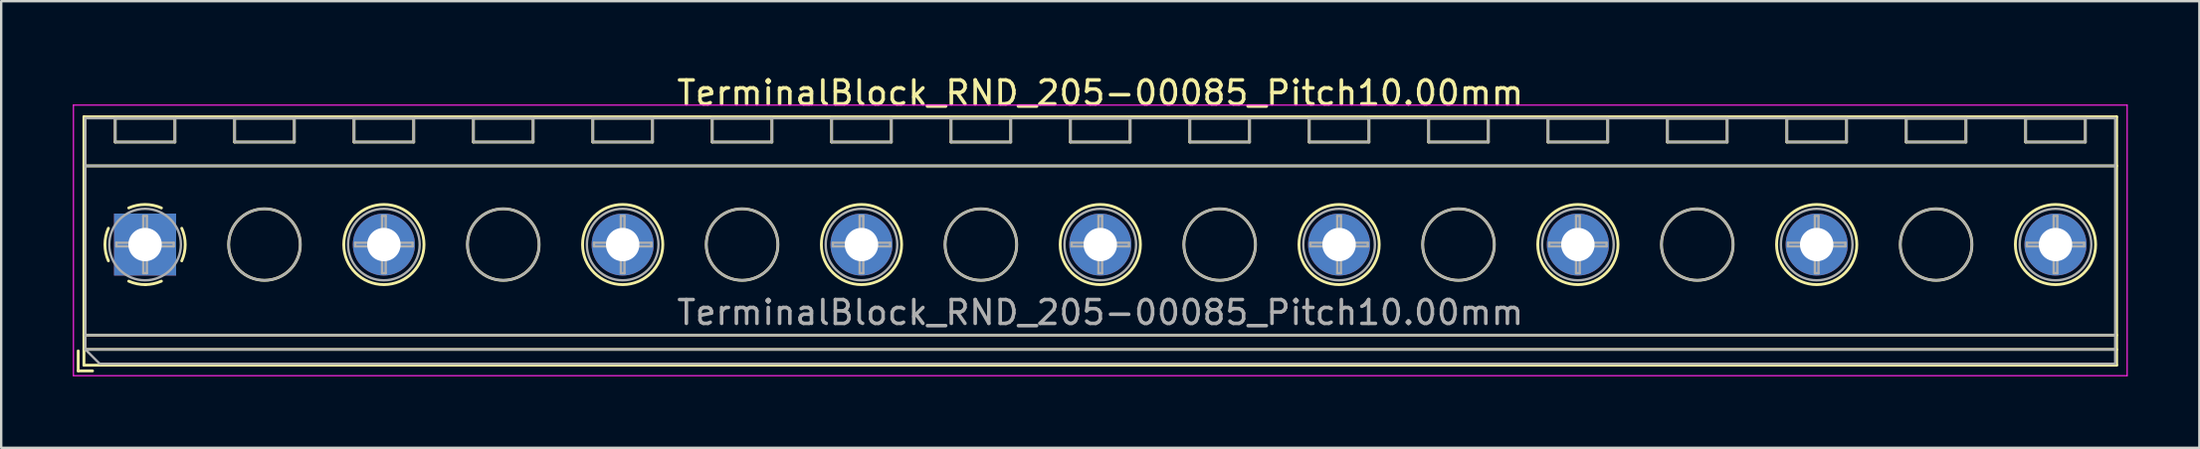
<source format=kicad_pcb>
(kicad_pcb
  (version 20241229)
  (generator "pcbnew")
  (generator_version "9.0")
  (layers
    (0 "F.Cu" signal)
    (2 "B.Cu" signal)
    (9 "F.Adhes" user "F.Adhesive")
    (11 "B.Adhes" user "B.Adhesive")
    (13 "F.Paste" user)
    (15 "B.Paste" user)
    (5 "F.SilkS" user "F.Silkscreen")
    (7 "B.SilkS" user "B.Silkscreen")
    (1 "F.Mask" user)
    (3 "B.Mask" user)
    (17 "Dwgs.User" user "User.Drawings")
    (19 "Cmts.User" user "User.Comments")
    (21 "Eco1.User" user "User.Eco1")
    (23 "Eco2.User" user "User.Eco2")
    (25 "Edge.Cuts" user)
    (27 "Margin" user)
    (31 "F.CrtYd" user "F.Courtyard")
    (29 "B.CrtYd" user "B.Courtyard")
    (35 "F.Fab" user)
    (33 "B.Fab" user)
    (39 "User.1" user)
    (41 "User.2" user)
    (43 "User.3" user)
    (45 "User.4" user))
  (footprint "TerminalBlock_RND_205-00085_Pitch10.00mm"
    (layer "F.Cu")
    (at 3.025 7.208)
    (property "Reference" "TerminalBlock_RND_205-00085_Pitch10.00mm" (at 40 -6.36 0) (layer "F.SilkS") (effects (font (size 1 1) (thickness 0.15))))
    (attr through_hole)
    (fp_line (start -2.8 4.46) (end -2.8 5.3) (stroke (width 0.12) (type solid)) (layer "F.SilkS"))
    (fp_line (start -2.8 5.3) (end -2.2 5.3) (stroke (width 0.12) (type solid)) (layer "F.SilkS"))
    (fp_line (start -2.56 -5.36) (end -2.56 5.06) (stroke (width 0.12) (type solid)) (layer "F.SilkS"))
    (fp_line (start -2.56 -3.3) (end 82.56 -3.3) (stroke (width 0.12) (type solid)) (layer "F.SilkS"))
    (fp_line (start -2.56 3.8) (end 82.56 3.8) (stroke (width 0.12) (type solid)) (layer "F.SilkS"))
    (fp_line (start -2.56 4.4) (end 82.56 4.4) (stroke (width 0.12) (type solid)) (layer "F.SilkS"))
    (fp_line (start -2.56 5.06) (end 82.56 5.06) (stroke (width 0.12) (type solid)) (layer "F.SilkS"))
    (fp_line (start -1.25 -5.301) (end -1.25 -4.301) (stroke (width 0.12) (type solid)) (layer "F.SilkS"))
    (fp_line (start -1.25 -5.301) (end 1.25 -5.301) (stroke (width 0.12) (type solid)) (layer "F.SilkS"))
    (fp_line (start -1.25 -4.301) (end 1.25 -4.301) (stroke (width 0.12) (type solid)) (layer "F.SilkS"))
    (fp_line (start 1.25 -5.301) (end 1.25 -4.301) (stroke (width 0.12) (type solid)) (layer "F.SilkS"))
    (fp_line (start 3.75 -5.301) (end 3.75 -4.301) (stroke (width 0.12) (type solid)) (layer "F.SilkS"))
    (fp_line (start 3.75 -5.301) (end 6.25 -5.301) (stroke (width 0.12) (type solid)) (layer "F.SilkS"))
    (fp_line (start 3.75 -4.301) (end 6.25 -4.301) (stroke (width 0.12) (type solid)) (layer "F.SilkS"))
    (fp_line (start 6.25 -5.301) (end 6.25 -4.301) (stroke (width 0.12) (type solid)) (layer "F.SilkS"))
    (fp_line (start 8.75 -5.301) (end 8.75 -4.301) (stroke (width 0.12) (type solid)) (layer "F.SilkS"))
    (fp_line (start 8.75 -5.301) (end 11.25 -5.301) (stroke (width 0.12) (type solid)) (layer "F.SilkS"))
    (fp_line (start 8.75 -4.301) (end 11.25 -4.301) (stroke (width 0.12) (type solid)) (layer "F.SilkS"))
    (fp_line (start 11.25 -5.301) (end 11.25 -4.301) (stroke (width 0.12) (type solid)) (layer "F.SilkS"))
    (fp_line (start 13.75 -5.301) (end 13.75 -4.301) (stroke (width 0.12) (type solid)) (layer "F.SilkS"))
    (fp_line (start 13.75 -5.301) (end 16.25 -5.301) (stroke (width 0.12) (type solid)) (layer "F.SilkS"))
    (fp_line (start 13.75 -4.301) (end 16.25 -4.301) (stroke (width 0.12) (type solid)) (layer "F.SilkS"))
    (fp_line (start 16.25 -5.301) (end 16.25 -4.301) (stroke (width 0.12) (type solid)) (layer "F.SilkS"))
    (fp_line (start 18.75 -5.301) (end 18.75 -4.301) (stroke (width 0.12) (type solid)) (layer "F.SilkS"))
    (fp_line (start 18.75 -5.301) (end 21.25 -5.301) (stroke (width 0.12) (type solid)) (layer "F.SilkS"))
    (fp_line (start 18.75 -4.301) (end 21.25 -4.301) (stroke (width 0.12) (type solid)) (layer "F.SilkS"))
    (fp_line (start 21.25 -5.301) (end 21.25 -4.301) (stroke (width 0.12) (type solid)) (layer "F.SilkS"))
    (fp_line (start 23.75 -5.301) (end 23.75 -4.301) (stroke (width 0.12) (type solid)) (layer "F.SilkS"))
    (fp_line (start 23.75 -5.301) (end 26.25 -5.301) (stroke (width 0.12) (type solid)) (layer "F.SilkS"))
    (fp_line (start 23.75 -4.301) (end 26.25 -4.301) (stroke (width 0.12) (type solid)) (layer "F.SilkS"))
    (fp_line (start 26.25 -5.301) (end 26.25 -4.301) (stroke (width 0.12) (type solid)) (layer "F.SilkS"))
    (fp_line (start 28.75 -5.301) (end 28.75 -4.301) (stroke (width 0.12) (type solid)) (layer "F.SilkS"))
    (fp_line (start 28.75 -5.301) (end 31.25 -5.301) (stroke (width 0.12) (type solid)) (layer "F.SilkS"))
    (fp_line (start 28.75 -4.301) (end 31.25 -4.301) (stroke (width 0.12) (type solid)) (layer "F.SilkS"))
    (fp_line (start 31.25 -5.301) (end 31.25 -4.301) (stroke (width 0.12) (type solid)) (layer "F.SilkS"))
    (fp_line (start 33.75 -5.301) (end 33.75 -4.301) (stroke (width 0.12) (type solid)) (layer "F.SilkS"))
    (fp_line (start 33.75 -5.301) (end 36.25 -5.301) (stroke (width 0.12) (type solid)) (layer "F.SilkS"))
    (fp_line (start 33.75 -4.301) (end 36.25 -4.301) (stroke (width 0.12) (type solid)) (layer "F.SilkS"))
    (fp_line (start 36.25 -5.301) (end 36.25 -4.301) (stroke (width 0.12) (type solid)) (layer "F.SilkS"))
    (fp_line (start 38.75 -5.301) (end 38.75 -4.301) (stroke (width 0.12) (type solid)) (layer "F.SilkS"))
    (fp_line (start 38.75 -5.301) (end 41.25 -5.301) (stroke (width 0.12) (type solid)) (layer "F.SilkS"))
    (fp_line (start 38.75 -4.301) (end 41.25 -4.301) (stroke (width 0.12) (type solid)) (layer "F.SilkS"))
    (fp_line (start 41.25 -5.301) (end 41.25 -4.301) (stroke (width 0.12) (type solid)) (layer "F.SilkS"))
    (fp_line (start 43.75 -5.301) (end 43.75 -4.301) (stroke (width 0.12) (type solid)) (layer "F.SilkS"))
    (fp_line (start 43.75 -5.301) (end 46.25 -5.301) (stroke (width 0.12) (type solid)) (layer "F.SilkS"))
    (fp_line (start 43.75 -4.301) (end 46.25 -4.301) (stroke (width 0.12) (type solid)) (layer "F.SilkS"))
    (fp_line (start 46.25 -5.301) (end 46.25 -4.301) (stroke (width 0.12) (type solid)) (layer "F.SilkS"))
    (fp_line (start 48.75 -5.301) (end 48.75 -4.301) (stroke (width 0.12) (type solid)) (layer "F.SilkS"))
    (fp_line (start 48.75 -5.301) (end 51.25 -5.301) (stroke (width 0.12) (type solid)) (layer "F.SilkS"))
    (fp_line (start 48.75 -4.301) (end 51.25 -4.301) (stroke (width 0.12) (type solid)) (layer "F.SilkS"))
    (fp_line (start 51.25 -5.301) (end 51.25 -4.301) (stroke (width 0.12) (type solid)) (layer "F.SilkS"))
    (fp_line (start 53.75 -5.301) (end 53.75 -4.301) (stroke (width 0.12) (type solid)) (layer "F.SilkS"))
    (fp_line (start 53.75 -5.301) (end 56.25 -5.301) (stroke (width 0.12) (type solid)) (layer "F.SilkS"))
    (fp_line (start 53.75 -4.301) (end 56.25 -4.301) (stroke (width 0.12) (type solid)) (layer "F.SilkS"))
    (fp_line (start 56.25 -5.301) (end 56.25 -4.301) (stroke (width 0.12) (type solid)) (layer "F.SilkS"))
    (fp_line (start 58.75 -5.301) (end 58.75 -4.301) (stroke (width 0.12) (type solid)) (layer "F.SilkS"))
    (fp_line (start 58.75 -5.301) (end 61.25 -5.301) (stroke (width 0.12) (type solid)) (layer "F.SilkS"))
    (fp_line (start 58.75 -4.301) (end 61.25 -4.301) (stroke (width 0.12) (type solid)) (layer "F.SilkS"))
    (fp_line (start 61.25 -5.301) (end 61.25 -4.301) (stroke (width 0.12) (type solid)) (layer "F.SilkS"))
    (fp_line (start 63.75 -5.301) (end 63.75 -4.301) (stroke (width 0.12) (type solid)) (layer "F.SilkS"))
    (fp_line (start 63.75 -5.301) (end 66.25 -5.301) (stroke (width 0.12) (type solid)) (layer "F.SilkS"))
    (fp_line (start 63.75 -4.301) (end 66.25 -4.301) (stroke (width 0.12) (type solid)) (layer "F.SilkS"))
    (fp_line (start 66.25 -5.301) (end 66.25 -4.301) (stroke (width 0.12) (type solid)) (layer "F.SilkS"))
    (fp_line (start 68.75 -5.301) (end 68.75 -4.301) (stroke (width 0.12) (type solid)) (layer "F.SilkS"))
    (fp_line (start 68.75 -5.301) (end 71.25 -5.301) (stroke (width 0.12) (type solid)) (layer "F.SilkS"))
    (fp_line (start 68.75 -4.301) (end 71.25 -4.301) (stroke (width 0.12) (type solid)) (layer "F.SilkS"))
    (fp_line (start 71.25 -5.301) (end 71.25 -4.301) (stroke (width 0.12) (type solid)) (layer "F.SilkS"))
    (fp_line (start 73.75 -5.301) (end 73.75 -4.301) (stroke (width 0.12) (type solid)) (layer "F.SilkS"))
    (fp_line (start 73.75 -5.301) (end 76.25 -5.301) (stroke (width 0.12) (type solid)) (layer "F.SilkS"))
    (fp_line (start 73.75 -4.301) (end 76.25 -4.301) (stroke (width 0.12) (type solid)) (layer "F.SilkS"))
    (fp_line (start 76.25 -5.301) (end 76.25 -4.301) (stroke (width 0.12) (type solid)) (layer "F.SilkS"))
    (fp_line (start 78.75 -5.301) (end 78.75 -4.301) (stroke (width 0.12) (type solid)) (layer "F.SilkS"))
    (fp_line (start 78.75 -5.301) (end 81.25 -5.301) (stroke (width 0.12) (type solid)) (layer "F.SilkS"))
    (fp_line (start 78.75 -4.301) (end 81.25 -4.301) (stroke (width 0.12) (type solid)) (layer "F.SilkS"))
    (fp_line (start 81.25 -5.301) (end 81.25 -4.301) (stroke (width 0.12) (type solid)) (layer "F.SilkS"))
    (fp_line (start 82.56 -5.36) (end -2.56 -5.36) (stroke (width 0.12) (type solid)) (layer "F.SilkS"))
    (fp_line (start 82.56 5.06) (end 82.56 -5.36) (stroke (width 0.12) (type solid)) (layer "F.SilkS"))
    (fp_arc (start -1.535427 0.683042) (mid -1.680501 -0.000524) (end -1.535 -0.684) (stroke (width 0.12) (type solid)) (layer "F.SilkS"))
    (fp_arc (start -0.683042 -1.535427) (mid 0.000524 -1.680501) (end 0.684 -1.535) (stroke (width 0.12) (type solid)) (layer "F.SilkS"))
    (fp_arc (start 0.028805 1.680253) (mid -0.335551 1.646659) (end -0.684 1.535) (stroke (width 0.12) (type solid)) (layer "F.SilkS"))
    (fp_arc (start 0.683318 1.534756) (mid 0.349292 1.643288) (end 0 1.68) (stroke (width 0.12) (type solid)) (layer "F.SilkS"))
    (fp_arc (start 1.535427 -0.683042) (mid 1.680501 0.000524) (end 1.535 0.684) (stroke (width 0.12) (type solid)) (layer "F.SilkS"))
    (fp_circle (center 5 0) (end 6.5 0) (stroke (width 0.12) (type solid)) (fill no) (layer "F.SilkS"))
    (fp_circle (center 10 0) (end 11.68 0) (stroke (width 0.12) (type solid)) (fill no) (layer "F.SilkS"))
    (fp_circle (center 15 0) (end 16.5 0) (stroke (width 0.12) (type solid)) (fill no) (layer "F.SilkS"))
    (fp_circle (center 20 0) (end 21.68 0) (stroke (width 0.12) (type solid)) (fill no) (layer "F.SilkS"))
    (fp_circle (center 25 0) (end 26.5 0) (stroke (width 0.12) (type solid)) (fill no) (layer "F.SilkS"))
    (fp_circle (center 30 0) (end 31.68 0) (stroke (width 0.12) (type solid)) (fill no) (layer "F.SilkS"))
    (fp_circle (center 35 0) (end 36.5 0) (stroke (width 0.12) (type solid)) (fill no) (layer "F.SilkS"))
    (fp_circle (center 40 0) (end 41.68 0) (stroke (width 0.12) (type solid)) (fill no) (layer "F.SilkS"))
    (fp_circle (center 45 0) (end 46.5 0) (stroke (width 0.12) (type solid)) (fill no) (layer "F.SilkS"))
    (fp_circle (center 50 0) (end 51.68 0) (stroke (width 0.12) (type solid)) (fill no) (layer "F.SilkS"))
    (fp_circle (center 55 0) (end 56.5 0) (stroke (width 0.12) (type solid)) (fill no) (layer "F.SilkS"))
    (fp_circle (center 60 0) (end 61.68 0) (stroke (width 0.12) (type solid)) (fill no) (layer "F.SilkS"))
    (fp_circle (center 65 0) (end 66.5 0) (stroke (width 0.12) (type solid)) (fill no) (layer "F.SilkS"))
    (fp_circle (center 70 0) (end 71.68 0) (stroke (width 0.12) (type solid)) (fill no) (layer "F.SilkS"))
    (fp_circle (center 75 0) (end 76.5 0) (stroke (width 0.12) (type solid)) (fill no) (layer "F.SilkS"))
    (fp_circle (center 80 0) (end 81.68 0) (stroke (width 0.12) (type solid)) (fill no) (layer "F.SilkS"))
    (fp_line (start -3 -5.85) (end -3 5.5) (stroke (width 0.05) (type solid)) (layer "F.CrtYd"))
    (fp_line (start -3 5.5) (end 83 5.5) (stroke (width 0.05) (type solid)) (layer "F.CrtYd"))
    (fp_line (start 83 -5.85) (end -3 -5.85) (stroke (width 0.05) (type solid)) (layer "F.CrtYd"))
    (fp_line (start 83 5.5) (end 83 -5.85) (stroke (width 0.05) (type solid)) (layer "F.CrtYd"))
    (fp_line (start -2.5 -5.3) (end 82.5 -5.3) (stroke (width 0.1) (type solid)) (layer "F.Fab"))
    (fp_line (start -2.5 -3.3) (end 82.5 -3.3) (stroke (width 0.1) (type solid)) (layer "F.Fab"))
    (fp_line (start -2.5 3.8) (end 82.5 3.8) (stroke (width 0.1) (type solid)) (layer "F.Fab"))
    (fp_line (start -2.5 4.4) (end -2.5 -5.3) (stroke (width 0.1) (type solid)) (layer "F.Fab"))
    (fp_line (start -2.5 4.4) (end 82.5 4.4) (stroke (width 0.1) (type solid)) (layer "F.Fab"))
    (fp_line (start -1.9 5) (end -2.5 4.4) (stroke (width 0.1) (type solid)) (layer "F.Fab"))
    (fp_line (start -1.25 -5.3) (end -1.25 -4.3) (stroke (width 0.1) (type solid)) (layer "F.Fab"))
    (fp_line (start -1.25 -4.3) (end 1.25 -4.3) (stroke (width 0.1) (type solid)) (layer "F.Fab"))
    (fp_line (start -1.201 -0.076) (end -0.076 -0.076) (stroke (width 0.1) (type solid)) (layer "F.Fab"))
    (fp_line (start -1.201 0.076) (end -1.201 -0.076) (stroke (width 0.1) (type solid)) (layer "F.Fab"))
    (fp_line (start -0.076 -1.201) (end 0.076 -1.201) (stroke (width 0.1) (type solid)) (layer "F.Fab"))
    (fp_line (start -0.076 -0.076) (end -0.076 -1.201) (stroke (width 0.1) (type solid)) (layer "F.Fab"))
    (fp_line (start -0.076 0.076) (end -1.201 0.076) (stroke (width 0.1) (type solid)) (layer "F.Fab"))
    (fp_line (start -0.076 1.201) (end -0.076 0.076) (stroke (width 0.1) (type solid)) (layer "F.Fab"))
    (fp_line (start 0.076 -1.201) (end 0.076 -0.076) (stroke (width 0.1) (type solid)) (layer "F.Fab"))
    (fp_line (start 0.076 -0.076) (end 1.201 -0.076) (stroke (width 0.1) (type solid)) (layer "F.Fab"))
    (fp_line (start 0.076 0.076) (end 0.076 1.201) (stroke (width 0.1) (type solid)) (layer "F.Fab"))
    (fp_line (start 0.076 1.201) (end -0.076 1.201) (stroke (width 0.1) (type solid)) (layer "F.Fab"))
    (fp_line (start 1.201 -0.076) (end 1.201 0.076) (stroke (width 0.1) (type solid)) (layer "F.Fab"))
    (fp_line (start 1.201 0.076) (end 0.076 0.076) (stroke (width 0.1) (type solid)) (layer "F.Fab"))
    (fp_line (start 1.25 -5.3) (end -1.25 -5.3) (stroke (width 0.1) (type solid)) (layer "F.Fab"))
    (fp_line (start 1.25 -4.3) (end 1.25 -5.3) (stroke (width 0.1) (type solid)) (layer "F.Fab"))
    (fp_line (start 3.75 -5.3) (end 3.75 -4.3) (stroke (width 0.1) (type solid)) (layer "F.Fab"))
    (fp_line (start 3.75 -4.3) (end 6.25 -4.3) (stroke (width 0.1) (type solid)) (layer "F.Fab"))
    (fp_line (start 6.25 -5.3) (end 3.75 -5.3) (stroke (width 0.1) (type solid)) (layer "F.Fab"))
    (fp_line (start 6.25 -4.3) (end 6.25 -5.3) (stroke (width 0.1) (type solid)) (layer "F.Fab"))
    (fp_line (start 8.75 -5.3) (end 8.75 -4.3) (stroke (width 0.1) (type solid)) (layer "F.Fab"))
    (fp_line (start 8.75 -4.3) (end 11.25 -4.3) (stroke (width 0.1) (type solid)) (layer "F.Fab"))
    (fp_line (start 8.799 -0.076) (end 9.924 -0.076) (stroke (width 0.1) (type solid)) (layer "F.Fab"))
    (fp_line (start 8.799 0.076) (end 8.799 -0.076) (stroke (width 0.1) (type solid)) (layer "F.Fab"))
    (fp_line (start 9.924 -1.201) (end 10.076 -1.201) (stroke (width 0.1) (type solid)) (layer "F.Fab"))
    (fp_line (start 9.924 -0.076) (end 9.924 -1.201) (stroke (width 0.1) (type solid)) (layer "F.Fab"))
    (fp_line (start 9.924 0.076) (end 8.799 0.076) (stroke (width 0.1) (type solid)) (layer "F.Fab"))
    (fp_line (start 9.924 1.201) (end 9.924 0.076) (stroke (width 0.1) (type solid)) (layer "F.Fab"))
    (fp_line (start 10.076 -1.201) (end 10.076 -0.076) (stroke (width 0.1) (type solid)) (layer "F.Fab"))
    (fp_line (start 10.076 -0.076) (end 11.201 -0.076) (stroke (width 0.1) (type solid)) (layer "F.Fab"))
    (fp_line (start 10.076 0.076) (end 10.076 1.201) (stroke (width 0.1) (type solid)) (layer "F.Fab"))
    (fp_line (start 10.076 1.201) (end 9.924 1.201) (stroke (width 0.1) (type solid)) (layer "F.Fab"))
    (fp_line (start 11.201 -0.076) (end 11.201 0.076) (stroke (width 0.1) (type solid)) (layer "F.Fab"))
    (fp_line (start 11.201 0.076) (end 10.076 0.076) (stroke (width 0.1) (type solid)) (layer "F.Fab"))
    (fp_line (start 11.25 -5.3) (end 8.75 -5.3) (stroke (width 0.1) (type solid)) (layer "F.Fab"))
    (fp_line (start 11.25 -4.3) (end 11.25 -5.3) (stroke (width 0.1) (type solid)) (layer "F.Fab"))
    (fp_line (start 13.75 -5.3) (end 13.75 -4.3) (stroke (width 0.1) (type solid)) (layer "F.Fab"))
    (fp_line (start 13.75 -4.3) (end 16.25 -4.3) (stroke (width 0.1) (type solid)) (layer "F.Fab"))
    (fp_line (start 16.25 -5.3) (end 13.75 -5.3) (stroke (width 0.1) (type solid)) (layer "F.Fab"))
    (fp_line (start 16.25 -4.3) (end 16.25 -5.3) (stroke (width 0.1) (type solid)) (layer "F.Fab"))
    (fp_line (start 18.75 -5.3) (end 18.75 -4.3) (stroke (width 0.1) (type solid)) (layer "F.Fab"))
    (fp_line (start 18.75 -4.3) (end 21.25 -4.3) (stroke (width 0.1) (type solid)) (layer "F.Fab"))
    (fp_line (start 18.799 -0.076) (end 19.924 -0.076) (stroke (width 0.1) (type solid)) (layer "F.Fab"))
    (fp_line (start 18.799 0.076) (end 18.799 -0.076) (stroke (width 0.1) (type solid)) (layer "F.Fab"))
    (fp_line (start 19.924 -1.201) (end 20.076 -1.201) (stroke (width 0.1) (type solid)) (layer "F.Fab"))
    (fp_line (start 19.924 -0.076) (end 19.924 -1.201) (stroke (width 0.1) (type solid)) (layer "F.Fab"))
    (fp_line (start 19.924 0.076) (end 18.799 0.076) (stroke (width 0.1) (type solid)) (layer "F.Fab"))
    (fp_line (start 19.924 1.201) (end 19.924 0.076) (stroke (width 0.1) (type solid)) (layer "F.Fab"))
    (fp_line (start 20.076 -1.201) (end 20.076 -0.076) (stroke (width 0.1) (type solid)) (layer "F.Fab"))
    (fp_line (start 20.076 -0.076) (end 21.201 -0.076) (stroke (width 0.1) (type solid)) (layer "F.Fab"))
    (fp_line (start 20.076 0.076) (end 20.076 1.201) (stroke (width 0.1) (type solid)) (layer "F.Fab"))
    (fp_line (start 20.076 1.201) (end 19.924 1.201) (stroke (width 0.1) (type solid)) (layer "F.Fab"))
    (fp_line (start 21.201 -0.076) (end 21.201 0.076) (stroke (width 0.1) (type solid)) (layer "F.Fab"))
    (fp_line (start 21.201 0.076) (end 20.076 0.076) (stroke (width 0.1) (type solid)) (layer "F.Fab"))
    (fp_line (start 21.25 -5.3) (end 18.75 -5.3) (stroke (width 0.1) (type solid)) (layer "F.Fab"))
    (fp_line (start 21.25 -4.3) (end 21.25 -5.3) (stroke (width 0.1) (type solid)) (layer "F.Fab"))
    (fp_line (start 23.75 -5.3) (end 23.75 -4.3) (stroke (width 0.1) (type solid)) (layer "F.Fab"))
    (fp_line (start 23.75 -4.3) (end 26.25 -4.3) (stroke (width 0.1) (type solid)) (layer "F.Fab"))
    (fp_line (start 26.25 -5.3) (end 23.75 -5.3) (stroke (width 0.1) (type solid)) (layer "F.Fab"))
    (fp_line (start 26.25 -4.3) (end 26.25 -5.3) (stroke (width 0.1) (type solid)) (layer "F.Fab"))
    (fp_line (start 28.75 -5.3) (end 28.75 -4.3) (stroke (width 0.1) (type solid)) (layer "F.Fab"))
    (fp_line (start 28.75 -4.3) (end 31.25 -4.3) (stroke (width 0.1) (type solid)) (layer "F.Fab"))
    (fp_line (start 28.799 -0.076) (end 29.924 -0.076) (stroke (width 0.1) (type solid)) (layer "F.Fab"))
    (fp_line (start 28.799 0.076) (end 28.799 -0.076) (stroke (width 0.1) (type solid)) (layer "F.Fab"))
    (fp_line (start 29.924 -1.201) (end 30.076 -1.201) (stroke (width 0.1) (type solid)) (layer "F.Fab"))
    (fp_line (start 29.924 -0.076) (end 29.924 -1.201) (stroke (width 0.1) (type solid)) (layer "F.Fab"))
    (fp_line (start 29.924 0.076) (end 28.799 0.076) (stroke (width 0.1) (type solid)) (layer "F.Fab"))
    (fp_line (start 29.924 1.201) (end 29.924 0.076) (stroke (width 0.1) (type solid)) (layer "F.Fab"))
    (fp_line (start 30.076 -1.201) (end 30.076 -0.076) (stroke (width 0.1) (type solid)) (layer "F.Fab"))
    (fp_line (start 30.076 -0.076) (end 31.201 -0.076) (stroke (width 0.1) (type solid)) (layer "F.Fab"))
    (fp_line (start 30.076 0.076) (end 30.076 1.201) (stroke (width 0.1) (type solid)) (layer "F.Fab"))
    (fp_line (start 30.076 1.201) (end 29.924 1.201) (stroke (width 0.1) (type solid)) (layer "F.Fab"))
    (fp_line (start 31.201 -0.076) (end 31.201 0.076) (stroke (width 0.1) (type solid)) (layer "F.Fab"))
    (fp_line (start 31.201 0.076) (end 30.076 0.076) (stroke (width 0.1) (type solid)) (layer "F.Fab"))
    (fp_line (start 31.25 -5.3) (end 28.75 -5.3) (stroke (width 0.1) (type solid)) (layer "F.Fab"))
    (fp_line (start 31.25 -4.3) (end 31.25 -5.3) (stroke (width 0.1) (type solid)) (layer "F.Fab"))
    (fp_line (start 33.75 -5.3) (end 33.75 -4.3) (stroke (width 0.1) (type solid)) (layer "F.Fab"))
    (fp_line (start 33.75 -4.3) (end 36.25 -4.3) (stroke (width 0.1) (type solid)) (layer "F.Fab"))
    (fp_line (start 36.25 -5.3) (end 33.75 -5.3) (stroke (width 0.1) (type solid)) (layer "F.Fab"))
    (fp_line (start 36.25 -4.3) (end 36.25 -5.3) (stroke (width 0.1) (type solid)) (layer "F.Fab"))
    (fp_line (start 38.75 -5.3) (end 38.75 -4.3) (stroke (width 0.1) (type solid)) (layer "F.Fab"))
    (fp_line (start 38.75 -4.3) (end 41.25 -4.3) (stroke (width 0.1) (type solid)) (layer "F.Fab"))
    (fp_line (start 38.799 -0.076) (end 39.924 -0.076) (stroke (width 0.1) (type solid)) (layer "F.Fab"))
    (fp_line (start 38.799 0.076) (end 38.799 -0.076) (stroke (width 0.1) (type solid)) (layer "F.Fab"))
    (fp_line (start 39.924 -1.201) (end 40.076 -1.201) (stroke (width 0.1) (type solid)) (layer "F.Fab"))
    (fp_line (start 39.924 -0.076) (end 39.924 -1.201) (stroke (width 0.1) (type solid)) (layer "F.Fab"))
    (fp_line (start 39.924 0.076) (end 38.799 0.076) (stroke (width 0.1) (type solid)) (layer "F.Fab"))
    (fp_line (start 39.924 1.201) (end 39.924 0.076) (stroke (width 0.1) (type solid)) (layer "F.Fab"))
    (fp_line (start 40.076 -1.201) (end 40.076 -0.076) (stroke (width 0.1) (type solid)) (layer "F.Fab"))
    (fp_line (start 40.076 -0.076) (end 41.201 -0.076) (stroke (width 0.1) (type solid)) (layer "F.Fab"))
    (fp_line (start 40.076 0.076) (end 40.076 1.201) (stroke (width 0.1) (type solid)) (layer "F.Fab"))
    (fp_line (start 40.076 1.201) (end 39.924 1.201) (stroke (width 0.1) (type solid)) (layer "F.Fab"))
    (fp_line (start 41.201 -0.076) (end 41.201 0.076) (stroke (width 0.1) (type solid)) (layer "F.Fab"))
    (fp_line (start 41.201 0.076) (end 40.076 0.076) (stroke (width 0.1) (type solid)) (layer "F.Fab"))
    (fp_line (start 41.25 -5.3) (end 38.75 -5.3) (stroke (width 0.1) (type solid)) (layer "F.Fab"))
    (fp_line (start 41.25 -4.3) (end 41.25 -5.3) (stroke (width 0.1) (type solid)) (layer "F.Fab"))
    (fp_line (start 43.75 -5.3) (end 43.75 -4.3) (stroke (width 0.1) (type solid)) (layer "F.Fab"))
    (fp_line (start 43.75 -4.3) (end 46.25 -4.3) (stroke (width 0.1) (type solid)) (layer "F.Fab"))
    (fp_line (start 46.25 -5.3) (end 43.75 -5.3) (stroke (width 0.1) (type solid)) (layer "F.Fab"))
    (fp_line (start 46.25 -4.3) (end 46.25 -5.3) (stroke (width 0.1) (type solid)) (layer "F.Fab"))
    (fp_line (start 48.75 -5.3) (end 48.75 -4.3) (stroke (width 0.1) (type solid)) (layer "F.Fab"))
    (fp_line (start 48.75 -4.3) (end 51.25 -4.3) (stroke (width 0.1) (type solid)) (layer "F.Fab"))
    (fp_line (start 48.799 -0.076) (end 49.924 -0.076) (stroke (width 0.1) (type solid)) (layer "F.Fab"))
    (fp_line (start 48.799 0.076) (end 48.799 -0.076) (stroke (width 0.1) (type solid)) (layer "F.Fab"))
    (fp_line (start 49.924 -1.201) (end 50.076 -1.201) (stroke (width 0.1) (type solid)) (layer "F.Fab"))
    (fp_line (start 49.924 -0.076) (end 49.924 -1.201) (stroke (width 0.1) (type solid)) (layer "F.Fab"))
    (fp_line (start 49.924 0.076) (end 48.799 0.076) (stroke (width 0.1) (type solid)) (layer "F.Fab"))
    (fp_line (start 49.924 1.201) (end 49.924 0.076) (stroke (width 0.1) (type solid)) (layer "F.Fab"))
    (fp_line (start 50.076 -1.201) (end 50.076 -0.076) (stroke (width 0.1) (type solid)) (layer "F.Fab"))
    (fp_line (start 50.076 -0.076) (end 51.201 -0.076) (stroke (width 0.1) (type solid)) (layer "F.Fab"))
    (fp_line (start 50.076 0.076) (end 50.076 1.201) (stroke (width 0.1) (type solid)) (layer "F.Fab"))
    (fp_line (start 50.076 1.201) (end 49.924 1.201) (stroke (width 0.1) (type solid)) (layer "F.Fab"))
    (fp_line (start 51.201 -0.076) (end 51.201 0.076) (stroke (width 0.1) (type solid)) (layer "F.Fab"))
    (fp_line (start 51.201 0.076) (end 50.076 0.076) (stroke (width 0.1) (type solid)) (layer "F.Fab"))
    (fp_line (start 51.25 -5.3) (end 48.75 -5.3) (stroke (width 0.1) (type solid)) (layer "F.Fab"))
    (fp_line (start 51.25 -4.3) (end 51.25 -5.3) (stroke (width 0.1) (type solid)) (layer "F.Fab"))
    (fp_line (start 53.75 -5.3) (end 53.75 -4.3) (stroke (width 0.1) (type solid)) (layer "F.Fab"))
    (fp_line (start 53.75 -4.3) (end 56.25 -4.3) (stroke (width 0.1) (type solid)) (layer "F.Fab"))
    (fp_line (start 56.25 -5.3) (end 53.75 -5.3) (stroke (width 0.1) (type solid)) (layer "F.Fab"))
    (fp_line (start 56.25 -4.3) (end 56.25 -5.3) (stroke (width 0.1) (type solid)) (layer "F.Fab"))
    (fp_line (start 58.75 -5.3) (end 58.75 -4.3) (stroke (width 0.1) (type solid)) (layer "F.Fab"))
    (fp_line (start 58.75 -4.3) (end 61.25 -4.3) (stroke (width 0.1) (type solid)) (layer "F.Fab"))
    (fp_line (start 58.799 -0.076) (end 59.924 -0.076) (stroke (width 0.1) (type solid)) (layer "F.Fab"))
    (fp_line (start 58.799 0.076) (end 58.799 -0.076) (stroke (width 0.1) (type solid)) (layer "F.Fab"))
    (fp_line (start 59.924 -1.201) (end 60.076 -1.201) (stroke (width 0.1) (type solid)) (layer "F.Fab"))
    (fp_line (start 59.924 -0.076) (end 59.924 -1.201) (stroke (width 0.1) (type solid)) (layer "F.Fab"))
    (fp_line (start 59.924 0.076) (end 58.799 0.076) (stroke (width 0.1) (type solid)) (layer "F.Fab"))
    (fp_line (start 59.924 1.201) (end 59.924 0.076) (stroke (width 0.1) (type solid)) (layer "F.Fab"))
    (fp_line (start 60.076 -1.201) (end 60.076 -0.076) (stroke (width 0.1) (type solid)) (layer "F.Fab"))
    (fp_line (start 60.076 -0.076) (end 61.201 -0.076) (stroke (width 0.1) (type solid)) (layer "F.Fab"))
    (fp_line (start 60.076 0.076) (end 60.076 1.201) (stroke (width 0.1) (type solid)) (layer "F.Fab"))
    (fp_line (start 60.076 1.201) (end 59.924 1.201) (stroke (width 0.1) (type solid)) (layer "F.Fab"))
    (fp_line (start 61.201 -0.076) (end 61.201 0.076) (stroke (width 0.1) (type solid)) (layer "F.Fab"))
    (fp_line (start 61.201 0.076) (end 60.076 0.076) (stroke (width 0.1) (type solid)) (layer "F.Fab"))
    (fp_line (start 61.25 -5.3) (end 58.75 -5.3) (stroke (width 0.1) (type solid)) (layer "F.Fab"))
    (fp_line (start 61.25 -4.3) (end 61.25 -5.3) (stroke (width 0.1) (type solid)) (layer "F.Fab"))
    (fp_line (start 63.75 -5.3) (end 63.75 -4.3) (stroke (width 0.1) (type solid)) (layer "F.Fab"))
    (fp_line (start 63.75 -4.3) (end 66.25 -4.3) (stroke (width 0.1) (type solid)) (layer "F.Fab"))
    (fp_line (start 66.25 -5.3) (end 63.75 -5.3) (stroke (width 0.1) (type solid)) (layer "F.Fab"))
    (fp_line (start 66.25 -4.3) (end 66.25 -5.3) (stroke (width 0.1) (type solid)) (layer "F.Fab"))
    (fp_line (start 68.75 -5.3) (end 68.75 -4.3) (stroke (width 0.1) (type solid)) (layer "F.Fab"))
    (fp_line (start 68.75 -4.3) (end 71.25 -4.3) (stroke (width 0.1) (type solid)) (layer "F.Fab"))
    (fp_line (start 68.799 -0.076) (end 69.924 -0.076) (stroke (width 0.1) (type solid)) (layer "F.Fab"))
    (fp_line (start 68.799 0.076) (end 68.799 -0.076) (stroke (width 0.1) (type solid)) (layer "F.Fab"))
    (fp_line (start 69.924 -1.201) (end 70.076 -1.201) (stroke (width 0.1) (type solid)) (layer "F.Fab"))
    (fp_line (start 69.924 -0.076) (end 69.924 -1.201) (stroke (width 0.1) (type solid)) (layer "F.Fab"))
    (fp_line (start 69.924 0.076) (end 68.799 0.076) (stroke (width 0.1) (type solid)) (layer "F.Fab"))
    (fp_line (start 69.924 1.201) (end 69.924 0.076) (stroke (width 0.1) (type solid)) (layer "F.Fab"))
    (fp_line (start 70.076 -1.201) (end 70.076 -0.076) (stroke (width 0.1) (type solid)) (layer "F.Fab"))
    (fp_line (start 70.076 -0.076) (end 71.201 -0.076) (stroke (width 0.1) (type solid)) (layer "F.Fab"))
    (fp_line (start 70.076 0.076) (end 70.076 1.201) (stroke (width 0.1) (type solid)) (layer "F.Fab"))
    (fp_line (start 70.076 1.201) (end 69.924 1.201) (stroke (width 0.1) (type solid)) (layer "F.Fab"))
    (fp_line (start 71.201 -0.076) (end 71.201 0.076) (stroke (width 0.1) (type solid)) (layer "F.Fab"))
    (fp_line (start 71.201 0.076) (end 70.076 0.076) (stroke (width 0.1) (type solid)) (layer "F.Fab"))
    (fp_line (start 71.25 -5.3) (end 68.75 -5.3) (stroke (width 0.1) (type solid)) (layer "F.Fab"))
    (fp_line (start 71.25 -4.3) (end 71.25 -5.3) (stroke (width 0.1) (type solid)) (layer "F.Fab"))
    (fp_line (start 73.75 -5.3) (end 73.75 -4.3) (stroke (width 0.1) (type solid)) (layer "F.Fab"))
    (fp_line (start 73.75 -4.3) (end 76.25 -4.3) (stroke (width 0.1) (type solid)) (layer "F.Fab"))
    (fp_line (start 76.25 -5.3) (end 73.75 -5.3) (stroke (width 0.1) (type solid)) (layer "F.Fab"))
    (fp_line (start 76.25 -4.3) (end 76.25 -5.3) (stroke (width 0.1) (type solid)) (layer "F.Fab"))
    (fp_line (start 78.75 -5.3) (end 78.75 -4.3) (stroke (width 0.1) (type solid)) (layer "F.Fab"))
    (fp_line (start 78.75 -4.3) (end 81.25 -4.3) (stroke (width 0.1) (type solid)) (layer "F.Fab"))
    (fp_line (start 78.799 -0.076) (end 79.924 -0.076) (stroke (width 0.1) (type solid)) (layer "F.Fab"))
    (fp_line (start 78.799 0.076) (end 78.799 -0.076) (stroke (width 0.1) (type solid)) (layer "F.Fab"))
    (fp_line (start 79.924 -1.201) (end 80.076 -1.201) (stroke (width 0.1) (type solid)) (layer "F.Fab"))
    (fp_line (start 79.924 -0.076) (end 79.924 -1.201) (stroke (width 0.1) (type solid)) (layer "F.Fab"))
    (fp_line (start 79.924 0.076) (end 78.799 0.076) (stroke (width 0.1) (type solid)) (layer "F.Fab"))
    (fp_line (start 79.924 1.201) (end 79.924 0.076) (stroke (width 0.1) (type solid)) (layer "F.Fab"))
    (fp_line (start 80.076 -1.201) (end 80.076 -0.076) (stroke (width 0.1) (type solid)) (layer "F.Fab"))
    (fp_line (start 80.076 -0.076) (end 81.201 -0.076) (stroke (width 0.1) (type solid)) (layer "F.Fab"))
    (fp_line (start 80.076 0.076) (end 80.076 1.201) (stroke (width 0.1) (type solid)) (layer "F.Fab"))
    (fp_line (start 80.076 1.201) (end 79.924 1.201) (stroke (width 0.1) (type solid)) (layer "F.Fab"))
    (fp_line (start 81.201 -0.076) (end 81.201 0.076) (stroke (width 0.1) (type solid)) (layer "F.Fab"))
    (fp_line (start 81.201 0.076) (end 80.076 0.076) (stroke (width 0.1) (type solid)) (layer "F.Fab"))
    (fp_line (start 81.25 -5.3) (end 78.75 -5.3) (stroke (width 0.1) (type solid)) (layer "F.Fab"))
    (fp_line (start 81.25 -4.3) (end 81.25 -5.3) (stroke (width 0.1) (type solid)) (layer "F.Fab"))
    (fp_line (start 82.5 -5.3) (end 82.5 5) (stroke (width 0.1) (type solid)) (layer "F.Fab"))
    (fp_line (start 82.5 5) (end -1.9 5) (stroke (width 0.1) (type solid)) (layer "F.Fab"))
    (fp_circle (center 0 0) (end 1.5 0) (stroke (width 0.1) (type solid)) (fill no) (layer "F.Fab"))
    (fp_circle (center 5 0) (end 6.5 0) (stroke (width 0.1) (type solid)) (fill no) (layer "F.Fab"))
    (fp_circle (center 10 0) (end 11.5 0) (stroke (width 0.1) (type solid)) (fill no) (layer "F.Fab"))
    (fp_circle (center 15 0) (end 16.5 0) (stroke (width 0.1) (type solid)) (fill no) (layer "F.Fab"))
    (fp_circle (center 20 0) (end 21.5 0) (stroke (width 0.1) (type solid)) (fill no) (layer "F.Fab"))
    (fp_circle (center 25 0) (end 26.5 0) (stroke (width 0.1) (type solid)) (fill no) (layer "F.Fab"))
    (fp_circle (center 30 0) (end 31.5 0) (stroke (width 0.1) (type solid)) (fill no) (layer "F.Fab"))
    (fp_circle (center 35 0) (end 36.5 0) (stroke (width 0.1) (type solid)) (fill no) (layer "F.Fab"))
    (fp_circle (center 40 0) (end 41.5 0) (stroke (width 0.1) (type solid)) (fill no) (layer "F.Fab"))
    (fp_circle (center 45 0) (end 46.5 0) (stroke (width 0.1) (type solid)) (fill no) (layer "F.Fab"))
    (fp_circle (center 50 0) (end 51.5 0) (stroke (width 0.1) (type solid)) (fill no) (layer "F.Fab"))
    (fp_circle (center 55 0) (end 56.5 0) (stroke (width 0.1) (type solid)) (fill no) (layer "F.Fab"))
    (fp_circle (center 60 0) (end 61.5 0) (stroke (width 0.1) (type solid)) (fill no) (layer "F.Fab"))
    (fp_circle (center 65 0) (end 66.5 0) (stroke (width 0.1) (type solid)) (fill no) (layer "F.Fab"))
    (fp_circle (center 70 0) (end 71.5 0) (stroke (width 0.1) (type solid)) (fill no) (layer "F.Fab"))
    (fp_circle (center 75 0) (end 76.5 0) (stroke (width 0.1) (type solid)) (fill no) (layer "F.Fab"))
    (fp_circle (center 80 0) (end 81.5 0) (stroke (width 0.1) (type solid)) (fill no) (layer "F.Fab"))
    (fp_text user "${REFERENCE}" (at 40 2.85 0) (layer "F.Fab") (effects (font (size 1 1) (thickness 0.15))))
    (pad "1" thru_hole rect (at 0 0) (size 2.6 2.6) (drill 1.4) (layers "*.Cu" "*.Mask"))
    (pad "2" thru_hole oval (at 10 0) (size 2.6 2.6) (drill 1.4) (layers "*.Cu" "*.Mask"))
    (pad "3" thru_hole oval (at 20 0) (size 2.6 2.6) (drill 1.4) (layers "*.Cu" "*.Mask"))
    (pad "4" thru_hole oval (at 30 0) (size 2.6 2.6) (drill 1.4) (layers "*.Cu" "*.Mask"))
    (pad "5" thru_hole oval (at 40 0) (size 2.6 2.6) (drill 1.4) (layers "*.Cu" "*.Mask"))
    (pad "6" thru_hole oval (at 50 0) (size 2.6 2.6) (drill 1.4) (layers "*.Cu" "*.Mask"))
    (pad "7" thru_hole oval (at 60 0) (size 2.6 2.6) (drill 1.4) (layers "*.Cu" "*.Mask"))
    (pad "8" thru_hole oval (at 70 0) (size 2.6 2.6) (drill 1.4) (layers "*.Cu" "*.Mask"))
    (pad "9" thru_hole oval (at 80 0) (size 2.6 2.6) (drill 1.4) (layers "*.Cu" "*.Mask")))
  (gr_rect
    (start -3 -3)
    (end 89.05 15.733)
    (stroke (width 0.1) (type default))
    (fill no)
    (layer "Edge.Cuts")))
</source>
